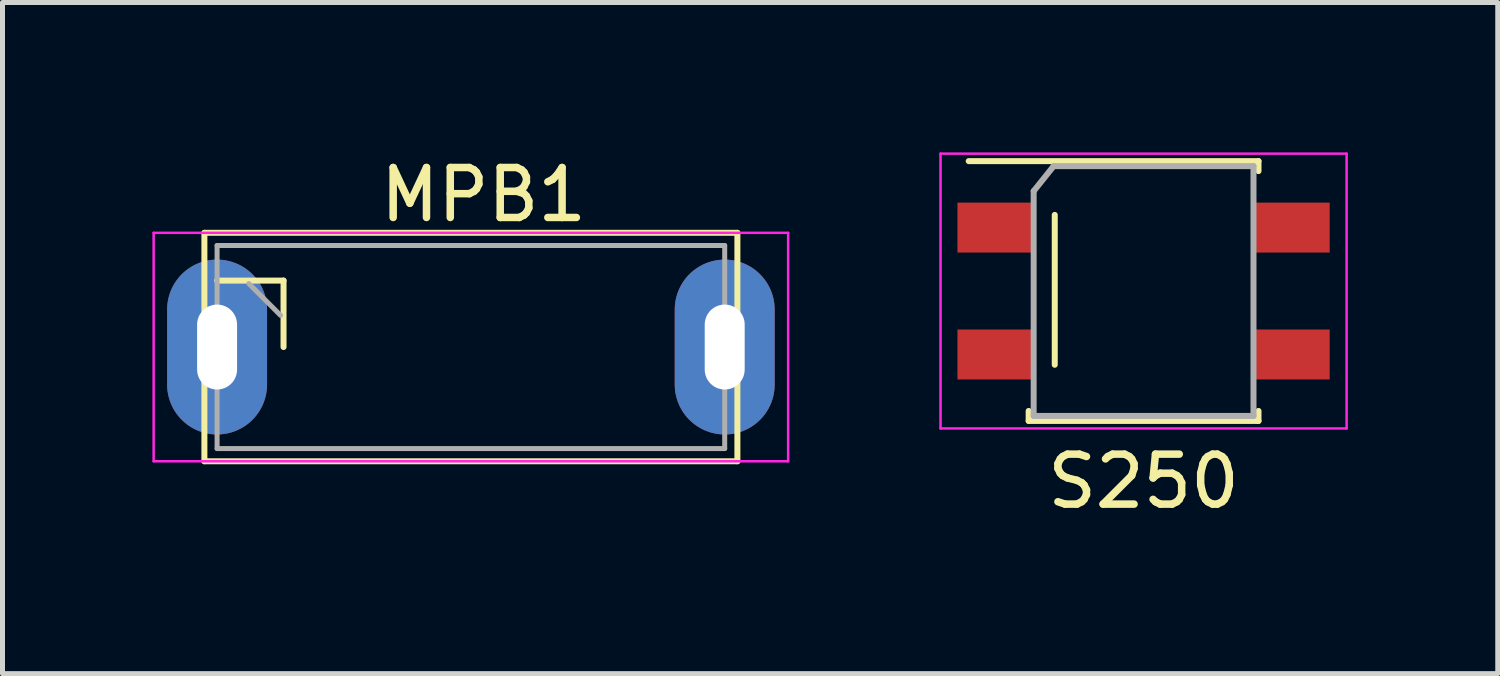
<source format=kicad_pcb>
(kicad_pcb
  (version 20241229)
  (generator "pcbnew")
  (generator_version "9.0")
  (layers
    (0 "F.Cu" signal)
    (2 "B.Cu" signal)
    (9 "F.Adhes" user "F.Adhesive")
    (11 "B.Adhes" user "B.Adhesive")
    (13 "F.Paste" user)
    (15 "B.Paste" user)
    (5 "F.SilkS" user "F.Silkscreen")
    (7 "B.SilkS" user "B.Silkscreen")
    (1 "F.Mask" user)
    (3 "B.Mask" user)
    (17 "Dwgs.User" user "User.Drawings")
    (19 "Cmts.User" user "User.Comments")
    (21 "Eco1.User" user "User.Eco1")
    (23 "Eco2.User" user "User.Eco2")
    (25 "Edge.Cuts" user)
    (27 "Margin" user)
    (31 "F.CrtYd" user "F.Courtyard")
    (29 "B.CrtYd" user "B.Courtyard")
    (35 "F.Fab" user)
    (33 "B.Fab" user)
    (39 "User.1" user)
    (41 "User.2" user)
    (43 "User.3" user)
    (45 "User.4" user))
  (footprint "S250"
    (layer "F.Cu")
    (at 19.839 2.775)
    (property "Reference" "S250" (at 0 3.81 0) (layer "F.SilkS") (effects (font (size 1 1) (thickness 0.15))))
    (attr through_hole)
    (fp_line (start -2.3 2.6) (end -2.3 2.4) (stroke (width 0.12) (type solid)) (layer "F.SilkS"))
    (fp_line (start -1.778 1.476) (end -1.778 -1.524) (stroke (width 0.12) (type solid)) (layer "F.SilkS"))
    (fp_line (start 2.3 -2.6) (end -3.5 -2.6) (stroke (width 0.12) (type solid)) (layer "F.SilkS"))
    (fp_line (start 2.3 -2.4) (end 2.3 -2.6) (stroke (width 0.12) (type solid)) (layer "F.SilkS"))
    (fp_line (start 2.3 2.4) (end 2.3 2.6) (stroke (width 0.12) (type solid)) (layer "F.SilkS"))
    (fp_line (start 2.3 2.6) (end -2.3 2.6) (stroke (width 0.12) (type solid)) (layer "F.SilkS"))
    (fp_line (start -4.064 -2.75) (end -4.064 2.75) (stroke (width 0.05) (type solid)) (layer "F.CrtYd"))
    (fp_line (start -4.064 -2.75) (end 4.064 -2.75) (stroke (width 0.05) (type solid)) (layer "F.CrtYd"))
    (fp_line (start 4.064 2.75) (end -4.064 2.75) (stroke (width 0.05) (type solid)) (layer "F.CrtYd"))
    (fp_line (start 4.064 2.75) (end 4.064 -2.75) (stroke (width 0.05) (type solid)) (layer "F.CrtYd"))
    (fp_line (start -2.2 -2) (end -2.2 2.5) (stroke (width 0.12) (type solid)) (layer "F.Fab"))
    (fp_line (start -2.2 2.5) (end 2.2 2.5) (stroke (width 0.12) (type solid)) (layer "F.Fab"))
    (fp_line (start -1.8 -2.5) (end -2.2 -2) (stroke (width 0.12) (type solid)) (layer "F.Fab"))
    (fp_line (start 2.2 -2.5) (end -1.8 -2.5) (stroke (width 0.12) (type solid)) (layer "F.Fab"))
    (fp_line (start 2.2 2.5) (end 2.2 -2.5) (stroke (width 0.12) (type solid)) (layer "F.Fab"))
    (pad "1" smd rect (at -2.975 -1.27) (size 1.5 1) (layers "F.Cu" "F.Mask" "F.Paste"))
    (pad "2" smd rect (at -2.975 1.27) (size 1.5 1) (layers "F.Cu" "F.Mask" "F.Paste"))
    (pad "3" smd rect (at 2.975 1.27) (size 1.5 1) (layers "F.Cu" "F.Mask" "F.Paste"))
    (pad "4" smd rect (at 2.975 -1.27) (size 1.5 1) (layers "F.Cu" "F.Mask" "F.Paste")))
  (footprint "MPB1"
    (layer "F.Cu")
    (at 1.295 3.896)
    (property "Reference" "MPB1" (at 5.334 -3.048 0) (layer "F.SilkS") (effects (font (size 1 1) (thickness 0.15))))
    (attr through_hole)
    (fp_line (start -0.254 -2.286) (end -0.254 2.286) (stroke (width 0.12) (type solid)) (layer "F.SilkS"))
    (fp_line (start -0.254 -2.286) (end 10.414 -2.286) (stroke (width 0.12) (type solid)) (layer "F.SilkS"))
    (fp_line (start -0.254 2.286) (end 10.414 2.286) (stroke (width 0.12) (type solid)) (layer "F.SilkS"))
    (fp_line (start 0 -1.33) (end 1.33 -1.33) (stroke (width 0.12) (type solid)) (layer "F.SilkS"))
    (fp_line (start 1.33 -1.33) (end 1.33 0) (stroke (width 0.12) (type solid)) (layer "F.SilkS"))
    (fp_line (start 10.414 -2.286) (end 10.414 2.286) (stroke (width 0.12) (type solid)) (layer "F.SilkS"))
    (fp_line (start -1.27 -2.286) (end 11.43 -2.286) (stroke (width 0.05) (type solid)) (layer "F.CrtYd"))
    (fp_line (start -1.27 2.286) (end -1.27 -2.286) (stroke (width 0.05) (type solid)) (layer "F.CrtYd"))
    (fp_line (start 11.43 -2.286) (end 11.43 2.286) (stroke (width 0.05) (type solid)) (layer "F.CrtYd"))
    (fp_line (start 11.43 2.286) (end -1.27 2.286) (stroke (width 0.05) (type solid)) (layer "F.CrtYd"))
    (fp_line (start 0 -2.032) (end 10.16 -2.032) (stroke (width 0.1) (type solid)) (layer "F.Fab"))
    (fp_line (start 0 2.032) (end 0 -2.032) (stroke (width 0.1) (type solid)) (layer "F.Fab"))
    (fp_line (start 0.635 -1.27) (end 1.27 -0.635) (stroke (width 0.1) (type solid)) (layer "F.Fab"))
    (fp_line (start 10.16 -2.032) (end 10.16 2.032) (stroke (width 0.1) (type solid)) (layer "F.Fab"))
    (fp_line (start 10.16 2.032) (end 0 2.032) (stroke (width 0.1) (type solid)) (layer "F.Fab"))
    (pad "1" thru_hole oval (at 0 0) (size 2 3.5) (drill oval 0.8 1.7) (layers "*.Cu" "*.Mask"))
    (pad "1" thru_hole oval (at 10.16 0) (size 2 3.5) (drill oval 0.8 1.7) (layers "*.Cu" "*.Mask")))
  (gr_rect
    (start -3 -3)
    (end 26.928 10.433)
    (stroke (width 0.1) (type default))
    (fill no)
    (layer "Edge.Cuts")))
</source>
